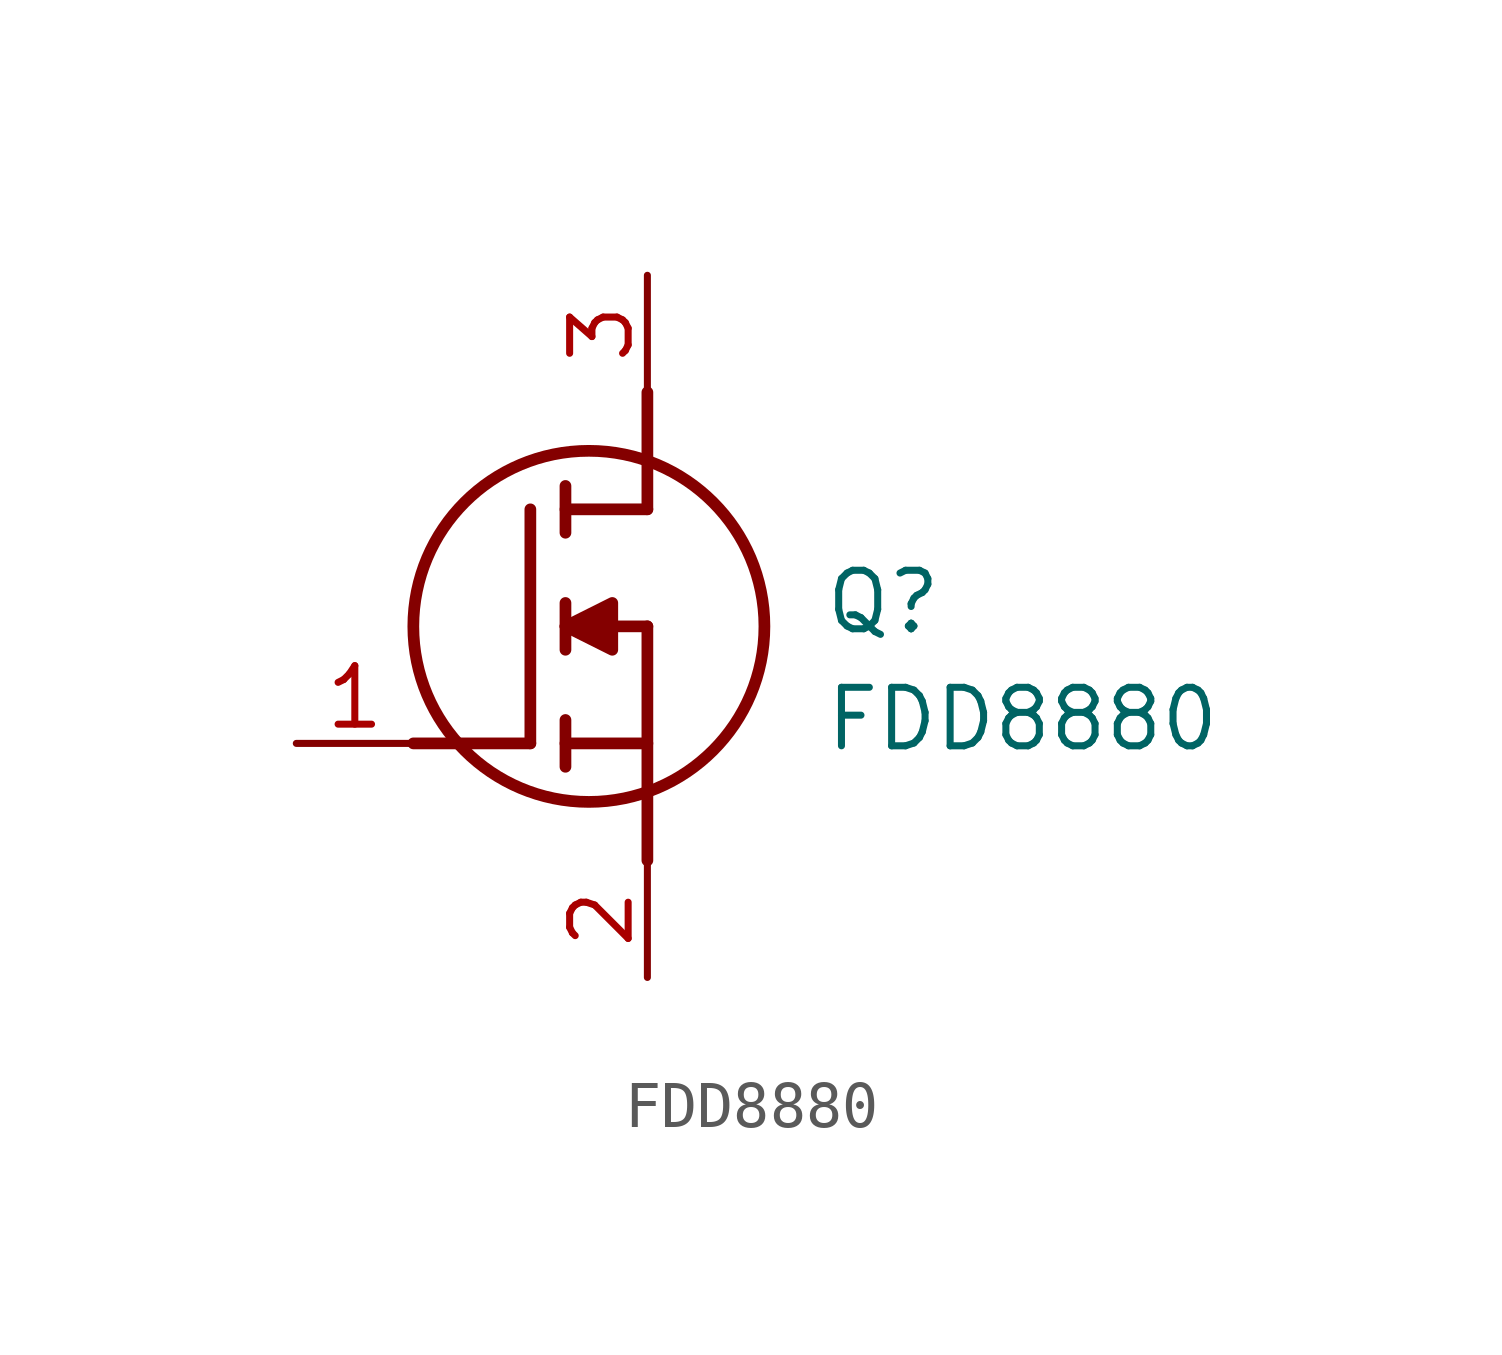
<source format=kicad_sym>
(kicad_symbol_lib
  (version 20211014)
  (generator SamacSys_ECAD_Model)
  (symbol "FDD8880"
    (pin_names hide)
    (property "Reference" "Q"
      (at 11.43 3.81 0)
      (effects (font (size 1.27 1.27)) (justify left top)))
    (property "Value" "FDD8880"
      (at 11.43 1.27 0)
      (effects (font (size 1.27 1.27)) (justify left top)))
    (polyline
      (pts (xy 7.62 2.54) (xy 7.62 -2.54))
      (stroke (width 0.254) (type default))
      (fill (type none)))
    (polyline
      (pts (xy 7.62 5.08) (xy 7.62 7.62))
      (stroke (width 0.254) (type default))
      (fill (type none)))
    (polyline
      (pts (xy 2.54 0) (xy 5.08 0))
      (stroke (width 0.254) (type default))
      (fill (type none)))
    (polyline
      (pts (xy 5.08 5.08) (xy 5.08 0))
      (stroke (width 0.254) (type default))
      (fill (type none)))
    (polyline
      (pts (xy 7.62 2.54) (xy 5.842 2.54))
      (stroke (width 0.254) (type default))
      (fill (type none)))
    (polyline
      (pts (xy 7.62 5.08) (xy 5.842 5.08))
      (stroke (width 0.254) (type default))
      (fill (type none)))
    (polyline
      (pts (xy 5.842 0) (xy 7.62 0))
      (stroke (width 0.254) (type default))
      (fill (type none)))
    (polyline
      (pts (xy 5.842 5.588) (xy 5.842 4.572))
      (stroke (width 0.254) (type default))
      (fill (type none)))
    (polyline
      (pts (xy 5.842 -0.508) (xy 5.842 0.508))
      (stroke (width 0.254) (type default))
      (fill (type none)))
    (polyline
      (pts (xy 5.842 2.032) (xy 5.842 3.048))
      (stroke (width 0.254) (type default))
      (fill (type none)))
    (circle
      (center 6.35 2.54)
      (radius 3.81)
      (stroke (width 0.254) (type default))
      (fill (type none)))
    (polyline
      (pts (xy 5.842 2.54) (xy 6.858 3.048) (xy 6.858 2.032) (xy 5.842 2.54))
      (stroke (width 0.254) (type default))
      (fill (type outline)))
    (pin passive line
      (at 0 0 0)
      (length 2.54)
      (name "G" (effects (font (size 1.27 1.27))))
      (number "1" (effects (font (size 1.27 1.27)))))
    (pin passive line
      (at 7.62 10.16 270)
      (length 2.54)
      (name "D" (effects (font (size 1.27 1.27))))
      (number "3" (effects (font (size 1.27 1.27)))))
    (pin passive line
      (at 7.62 -5.08 90)
      (length 2.54)
      (name "S" (effects (font (size 1.27 1.27))))
      (number "2" (effects (font (size 1.27 1.27)))))))
</source>
